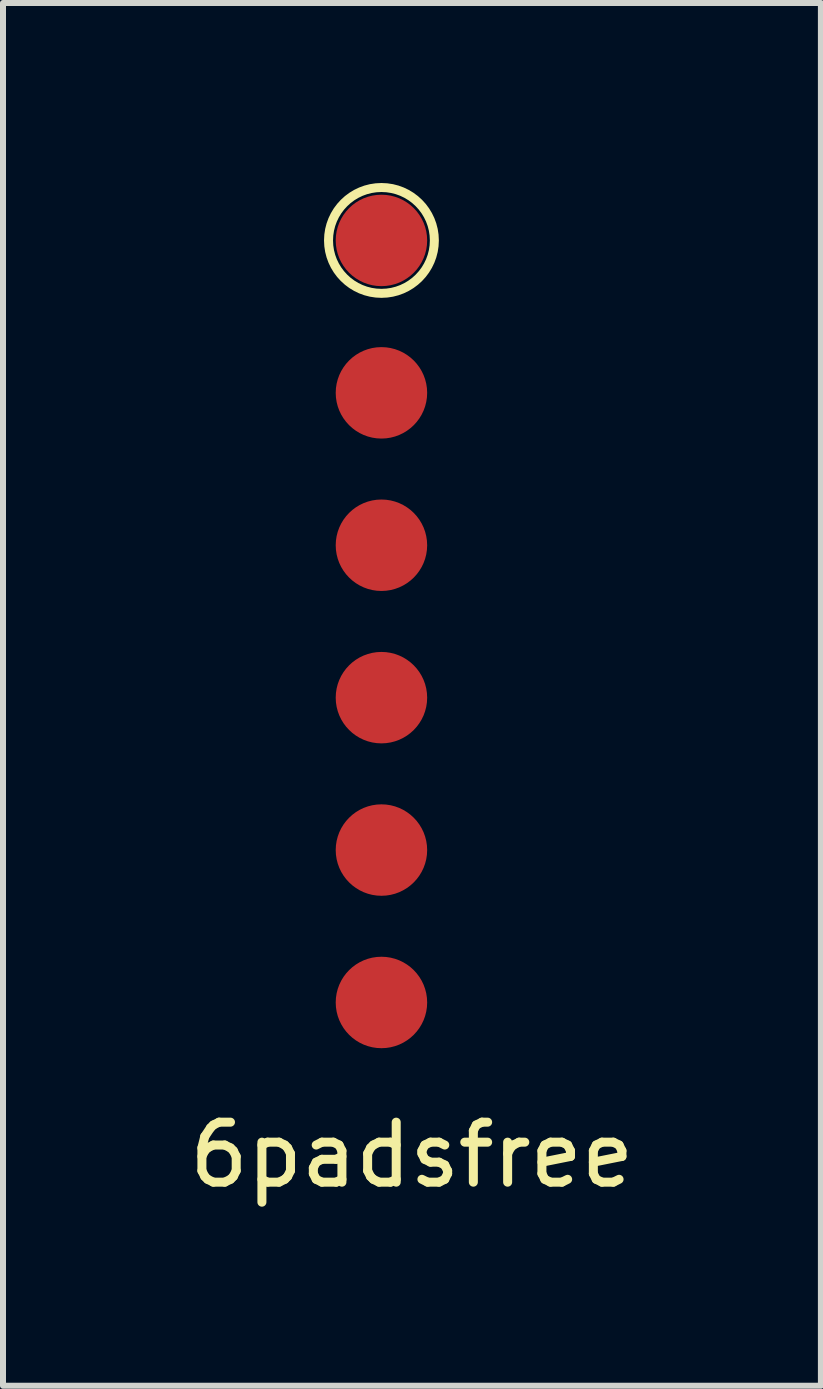
<source format=kicad_pcb>
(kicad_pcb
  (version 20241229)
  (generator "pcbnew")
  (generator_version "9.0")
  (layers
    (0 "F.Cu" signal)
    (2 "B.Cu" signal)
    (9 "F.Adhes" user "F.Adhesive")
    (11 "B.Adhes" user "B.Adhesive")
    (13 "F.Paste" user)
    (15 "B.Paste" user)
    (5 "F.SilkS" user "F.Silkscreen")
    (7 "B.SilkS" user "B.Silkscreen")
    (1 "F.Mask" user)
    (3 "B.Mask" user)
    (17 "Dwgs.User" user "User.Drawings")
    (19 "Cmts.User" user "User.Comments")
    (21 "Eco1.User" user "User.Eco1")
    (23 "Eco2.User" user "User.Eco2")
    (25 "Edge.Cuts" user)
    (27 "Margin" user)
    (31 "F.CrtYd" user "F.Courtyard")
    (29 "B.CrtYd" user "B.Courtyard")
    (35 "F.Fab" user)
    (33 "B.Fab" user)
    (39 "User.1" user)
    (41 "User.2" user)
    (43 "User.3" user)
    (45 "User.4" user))
  (footprint "6padsfree"
    (layer "F.Cu")
    (at 3.307 12.387)
    (property "Reference" "6padsfree" (at 0.508 3.81 0) (unlocked yes) (layer "F.SilkS") (effects (font (size 1 1) (thickness 0.15))))
    (attr through_hole)
    (fp_circle (center 0 -11.43) (end 0.762 -11.874) (stroke (width 0.15) (type solid)) (fill no) (layer "F.SilkS"))
    (pad "1" smd circle (at 0 -11.43) (size 1.524 1.524) (layers "F.Cu" "F.Mask" "F.Paste"))
    (pad "2" smd circle (at 0 -8.89) (size 1.524 1.524) (layers "F.Cu" "F.Mask" "F.Paste"))
    (pad "3" smd circle (at 0 -6.35) (size 1.524 1.524) (layers "F.Cu" "F.Mask" "F.Paste"))
    (pad "4" smd circle (at 0 -3.81) (size 1.524 1.524) (layers "F.Cu" "F.Mask" "F.Paste"))
    (pad "5" smd circle (at 0 -1.27) (size 1.524 1.524) (layers "F.Cu" "F.Mask" "F.Paste"))
    (pad "6" smd circle (at 0 1.27) (size 1.524 1.524) (layers "F.Cu" "F.Mask" "F.Paste")))
  (gr_rect
    (start -3 -3)
    (end 10.631 20.045)
    (stroke (width 0.1) (type default))
    (fill no)
    (layer "Edge.Cuts")))
</source>
